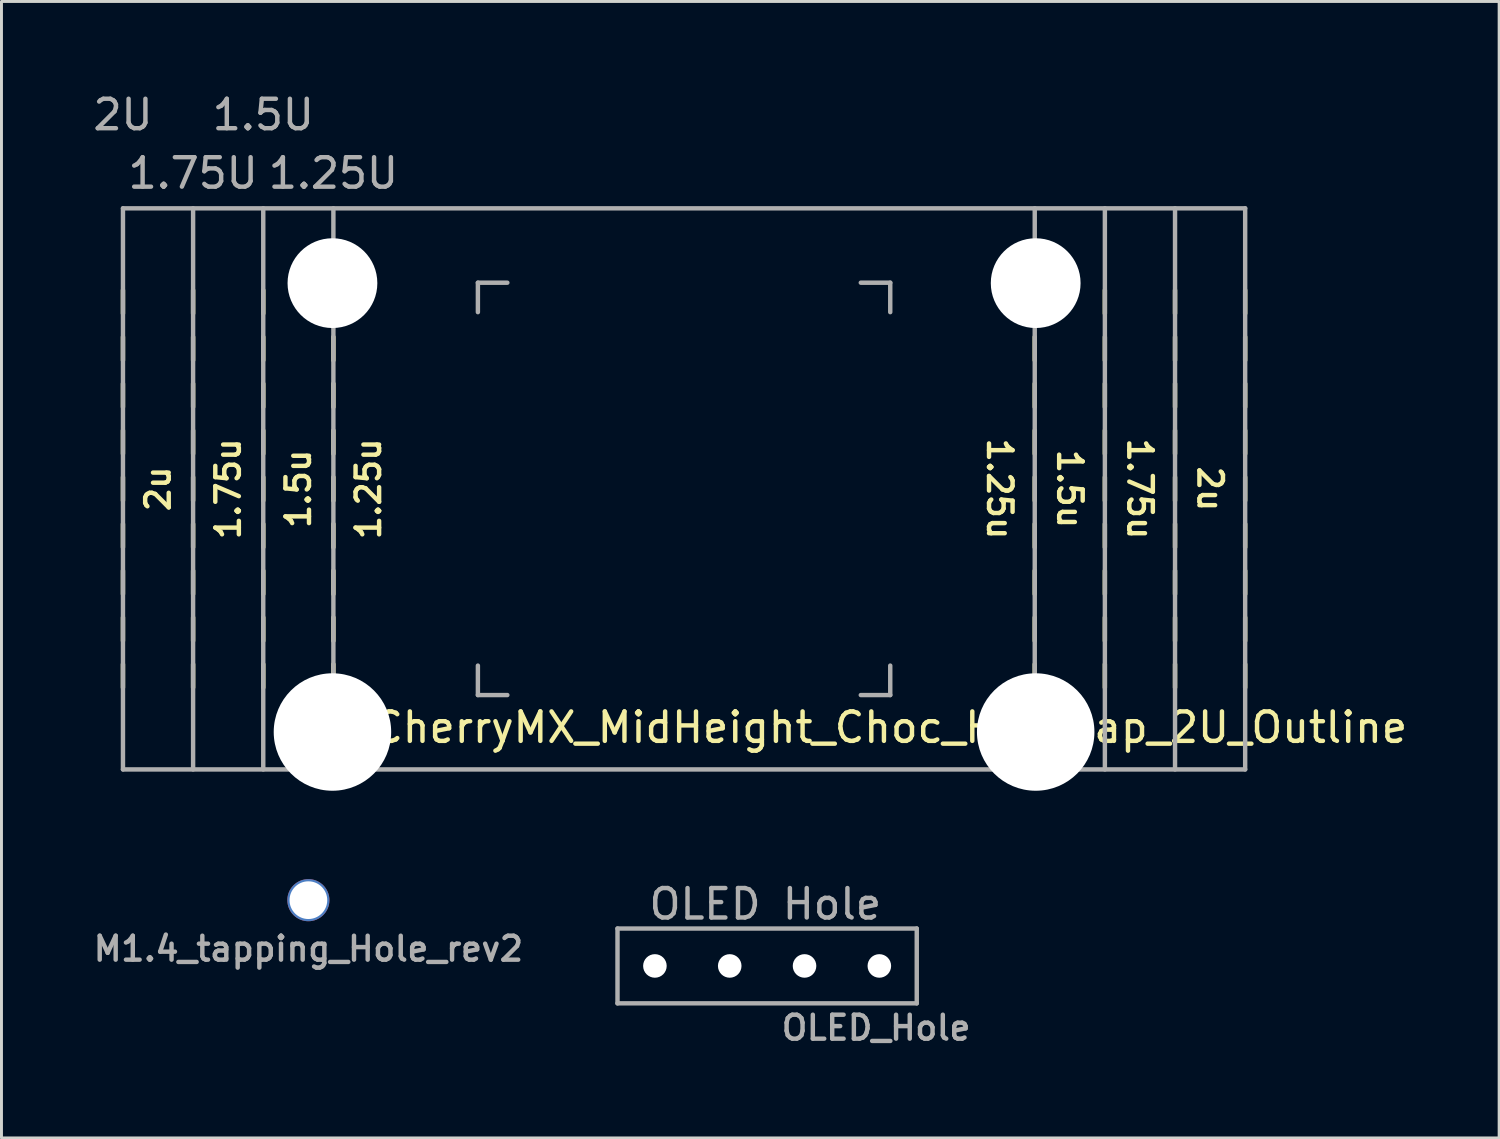
<source format=kicad_pcb>
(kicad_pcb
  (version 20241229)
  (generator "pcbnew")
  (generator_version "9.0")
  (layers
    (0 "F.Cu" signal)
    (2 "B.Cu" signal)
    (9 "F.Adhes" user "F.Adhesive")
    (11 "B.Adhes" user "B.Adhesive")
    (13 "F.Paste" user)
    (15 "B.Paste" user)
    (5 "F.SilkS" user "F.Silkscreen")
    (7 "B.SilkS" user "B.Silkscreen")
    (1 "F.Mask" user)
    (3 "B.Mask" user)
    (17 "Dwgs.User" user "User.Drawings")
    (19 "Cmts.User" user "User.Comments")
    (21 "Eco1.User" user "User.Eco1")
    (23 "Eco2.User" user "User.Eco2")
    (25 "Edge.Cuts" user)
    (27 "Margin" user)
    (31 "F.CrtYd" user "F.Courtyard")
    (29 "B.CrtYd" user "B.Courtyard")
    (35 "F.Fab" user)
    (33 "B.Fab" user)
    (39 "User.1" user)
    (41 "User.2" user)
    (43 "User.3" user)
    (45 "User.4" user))
  (footprint "CherryMX_MidHeight_Choc_Hotswap_2U_Outline"
    (layer "F.Cu")
    (at 20.175 13.548)
    (property "Reference" "CherryMX_MidHeight_Choc_Hotswap_2U_Outline" (at 7 8.1 0) (layer "F.SilkS") (effects (font (size 1 1) (thickness 0.15))))
    (attr through_hole)
    (fp_line (start -19.05 -5.953) (end -19.05 -6.747) (stroke (width 0.15) (type solid)) (layer "F.SilkS"))
    (fp_line (start -19.05 -4.366) (end -19.05 -5.159) (stroke (width 0.15) (type solid)) (layer "F.SilkS"))
    (fp_line (start -19.05 -2.778) (end -19.05 -3.572) (stroke (width 0.15) (type solid)) (layer "F.SilkS"))
    (fp_line (start -19.05 -1.191) (end -19.05 -1.984) (stroke (width 0.15) (type solid)) (layer "F.SilkS"))
    (fp_line (start -19.05 -0.397) (end -19.05 0.397) (stroke (width 0.15) (type solid)) (layer "F.SilkS"))
    (fp_line (start -19.05 1.191) (end -19.05 1.984) (stroke (width 0.15) (type solid)) (layer "F.SilkS"))
    (fp_line (start -19.05 2.778) (end -19.05 3.572) (stroke (width 0.15) (type solid)) (layer "F.SilkS"))
    (fp_line (start -19.05 4.366) (end -19.05 5.159) (stroke (width 0.15) (type solid)) (layer "F.SilkS"))
    (fp_line (start -19.05 5.953) (end -19.05 6.747) (stroke (width 0.15) (type solid)) (layer "F.SilkS"))
    (fp_line (start -16.669 -5.953) (end -16.669 -6.747) (stroke (width 0.15) (type solid)) (layer "F.SilkS"))
    (fp_line (start -16.669 -4.366) (end -16.669 -5.159) (stroke (width 0.15) (type solid)) (layer "F.SilkS"))
    (fp_line (start -16.669 -2.778) (end -16.669 -3.572) (stroke (width 0.15) (type solid)) (layer "F.SilkS"))
    (fp_line (start -16.669 -1.191) (end -16.669 -1.984) (stroke (width 0.15) (type solid)) (layer "F.SilkS"))
    (fp_line (start -16.669 -0.397) (end -16.669 0.397) (stroke (width 0.15) (type solid)) (layer "F.SilkS"))
    (fp_line (start -16.669 1.191) (end -16.669 1.984) (stroke (width 0.15) (type solid)) (layer "F.SilkS"))
    (fp_line (start -16.669 2.778) (end -16.669 3.572) (stroke (width 0.15) (type solid)) (layer "F.SilkS"))
    (fp_line (start -16.669 4.366) (end -16.669 5.159) (stroke (width 0.15) (type solid)) (layer "F.SilkS"))
    (fp_line (start -16.669 5.953) (end -16.669 6.747) (stroke (width 0.15) (type solid)) (layer "F.SilkS"))
    (fp_line (start -14.287 -5.953) (end -14.287 -6.747) (stroke (width 0.15) (type solid)) (layer "F.SilkS"))
    (fp_line (start -14.287 -4.366) (end -14.287 -5.159) (stroke (width 0.15) (type solid)) (layer "F.SilkS"))
    (fp_line (start -14.287 -2.778) (end -14.287 -3.572) (stroke (width 0.15) (type solid)) (layer "F.SilkS"))
    (fp_line (start -14.287 -1.191) (end -14.287 -1.984) (stroke (width 0.15) (type solid)) (layer "F.SilkS"))
    (fp_line (start -14.287 -0.397) (end -14.287 0.397) (stroke (width 0.15) (type solid)) (layer "F.SilkS"))
    (fp_line (start -14.287 1.191) (end -14.287 1.984) (stroke (width 0.15) (type solid)) (layer "F.SilkS"))
    (fp_line (start -14.287 2.778) (end -14.287 3.572) (stroke (width 0.15) (type solid)) (layer "F.SilkS"))
    (fp_line (start -14.287 4.366) (end -14.287 5.159) (stroke (width 0.15) (type solid)) (layer "F.SilkS"))
    (fp_line (start -14.287 5.953) (end -14.287 6.747) (stroke (width 0.15) (type solid)) (layer "F.SilkS"))
    (fp_line (start -11.906 -5.953) (end -11.906 -6.747) (stroke (width 0.15) (type solid)) (layer "F.SilkS"))
    (fp_line (start -11.906 -4.366) (end -11.906 -5.159) (stroke (width 0.15) (type solid)) (layer "F.SilkS"))
    (fp_line (start -11.906 -2.778) (end -11.906 -3.572) (stroke (width 0.15) (type solid)) (layer "F.SilkS"))
    (fp_line (start -11.906 -1.191) (end -11.906 -1.984) (stroke (width 0.15) (type solid)) (layer "F.SilkS"))
    (fp_line (start -11.906 -0.397) (end -11.906 0.397) (stroke (width 0.15) (type solid)) (layer "F.SilkS"))
    (fp_line (start -11.906 1.191) (end -11.906 1.984) (stroke (width 0.15) (type solid)) (layer "F.SilkS"))
    (fp_line (start -11.906 2.778) (end -11.906 3.572) (stroke (width 0.15) (type solid)) (layer "F.SilkS"))
    (fp_line (start -11.906 4.366) (end -11.906 5.159) (stroke (width 0.15) (type solid)) (layer "F.SilkS"))
    (fp_line (start -11.906 5.953) (end -11.906 6.747) (stroke (width 0.15) (type solid)) (layer "F.SilkS"))
    (fp_line (start 11.906 -5.953) (end 11.906 -6.747) (stroke (width 0.15) (type solid)) (layer "F.SilkS"))
    (fp_line (start 11.906 -4.366) (end 11.906 -5.159) (stroke (width 0.15) (type solid)) (layer "F.SilkS"))
    (fp_line (start 11.906 -2.778) (end 11.906 -3.572) (stroke (width 0.15) (type solid)) (layer "F.SilkS"))
    (fp_line (start 11.906 -1.191) (end 11.906 -1.984) (stroke (width 0.15) (type solid)) (layer "F.SilkS"))
    (fp_line (start 11.906 -0.397) (end 11.906 0.397) (stroke (width 0.15) (type solid)) (layer "F.SilkS"))
    (fp_line (start 11.906 1.191) (end 11.906 1.984) (stroke (width 0.15) (type solid)) (layer "F.SilkS"))
    (fp_line (start 11.906 2.778) (end 11.906 3.572) (stroke (width 0.15) (type solid)) (layer "F.SilkS"))
    (fp_line (start 11.906 4.366) (end 11.906 5.159) (stroke (width 0.15) (type solid)) (layer "F.SilkS"))
    (fp_line (start 11.906 5.953) (end 11.906 6.747) (stroke (width 0.15) (type solid)) (layer "F.SilkS"))
    (fp_line (start 14.287 -5.953) (end 14.287 -6.747) (stroke (width 0.15) (type solid)) (layer "F.SilkS"))
    (fp_line (start 14.287 -4.366) (end 14.287 -5.159) (stroke (width 0.15) (type solid)) (layer "F.SilkS"))
    (fp_line (start 14.287 -2.778) (end 14.287 -3.572) (stroke (width 0.15) (type solid)) (layer "F.SilkS"))
    (fp_line (start 14.287 -1.191) (end 14.287 -1.984) (stroke (width 0.15) (type solid)) (layer "F.SilkS"))
    (fp_line (start 14.287 -0.397) (end 14.287 0.397) (stroke (width 0.15) (type solid)) (layer "F.SilkS"))
    (fp_line (start 14.287 1.191) (end 14.287 1.984) (stroke (width 0.15) (type solid)) (layer "F.SilkS"))
    (fp_line (start 14.287 2.778) (end 14.287 3.572) (stroke (width 0.15) (type solid)) (layer "F.SilkS"))
    (fp_line (start 14.287 4.366) (end 14.287 5.159) (stroke (width 0.15) (type solid)) (layer "F.SilkS"))
    (fp_line (start 14.287 5.953) (end 14.287 6.747) (stroke (width 0.15) (type solid)) (layer "F.SilkS"))
    (fp_line (start 16.669 -5.953) (end 16.669 -6.747) (stroke (width 0.15) (type solid)) (layer "F.SilkS"))
    (fp_line (start 16.669 -4.366) (end 16.669 -5.159) (stroke (width 0.15) (type solid)) (layer "F.SilkS"))
    (fp_line (start 16.669 -2.778) (end 16.669 -3.572) (stroke (width 0.15) (type solid)) (layer "F.SilkS"))
    (fp_line (start 16.669 -1.191) (end 16.669 -1.984) (stroke (width 0.15) (type solid)) (layer "F.SilkS"))
    (fp_line (start 16.669 -0.397) (end 16.669 0.397) (stroke (width 0.15) (type solid)) (layer "F.SilkS"))
    (fp_line (start 16.669 1.191) (end 16.669 1.984) (stroke (width 0.15) (type solid)) (layer "F.SilkS"))
    (fp_line (start 16.669 2.778) (end 16.669 3.572) (stroke (width 0.15) (type solid)) (layer "F.SilkS"))
    (fp_line (start 16.669 4.366) (end 16.669 5.159) (stroke (width 0.15) (type solid)) (layer "F.SilkS"))
    (fp_line (start 16.669 5.953) (end 16.669 6.747) (stroke (width 0.15) (type solid)) (layer "F.SilkS"))
    (fp_line (start 19.05 -5.953) (end 19.05 -6.747) (stroke (width 0.15) (type solid)) (layer "F.SilkS"))
    (fp_line (start 19.05 -4.366) (end 19.05 -5.159) (stroke (width 0.15) (type solid)) (layer "F.SilkS"))
    (fp_line (start 19.05 -2.778) (end 19.05 -3.572) (stroke (width 0.15) (type solid)) (layer "F.SilkS"))
    (fp_line (start 19.05 -1.191) (end 19.05 -1.984) (stroke (width 0.15) (type solid)) (layer "F.SilkS"))
    (fp_line (start 19.05 -0.397) (end 19.05 0.397) (stroke (width 0.15) (type solid)) (layer "F.SilkS"))
    (fp_line (start 19.05 1.191) (end 19.05 1.984) (stroke (width 0.15) (type solid)) (layer "F.SilkS"))
    (fp_line (start 19.05 2.778) (end 19.05 3.572) (stroke (width 0.15) (type solid)) (layer "F.SilkS"))
    (fp_line (start 19.05 4.366) (end 19.05 5.159) (stroke (width 0.15) (type solid)) (layer "F.SilkS"))
    (fp_line (start 19.05 5.953) (end 19.05 6.747) (stroke (width 0.15) (type solid)) (layer "F.SilkS"))
    (fp_line (start -19.05 -9.525) (end -19.05 9.525) (stroke (width 0.15) (type solid)) (layer "F.Fab"))
    (fp_line (start -19.05 -9.525) (end 19.05 -9.525) (stroke (width 0.15) (type solid)) (layer "F.Fab"))
    (fp_line (start -19.05 9.525) (end 19.05 9.525) (stroke (width 0.15) (type solid)) (layer "F.Fab"))
    (fp_line (start -16.669 -9.525) (end -16.669 9.525) (stroke (width 0.15) (type solid)) (layer "F.Fab"))
    (fp_line (start -14.287 -9.525) (end -14.287 9.525) (stroke (width 0.15) (type solid)) (layer "F.Fab"))
    (fp_line (start -11.906 -9.525) (end -11.906 9.525) (stroke (width 0.15) (type solid)) (layer "F.Fab"))
    (fp_line (start -7 -7) (end -7 -6) (stroke (width 0.15) (type solid)) (layer "F.Fab"))
    (fp_line (start -7 6) (end -7 7) (stroke (width 0.15) (type solid)) (layer "F.Fab"))
    (fp_line (start -7 7) (end -6 7) (stroke (width 0.15) (type solid)) (layer "F.Fab"))
    (fp_line (start -6 -7) (end -7 -7) (stroke (width 0.15) (type solid)) (layer "F.Fab"))
    (fp_line (start 6 -7) (end 7 -7) (stroke (width 0.15) (type solid)) (layer "F.Fab"))
    (fp_line (start 6 7) (end 7 7) (stroke (width 0.15) (type solid)) (layer "F.Fab"))
    (fp_line (start 7 -7) (end 7 -6) (stroke (width 0.15) (type solid)) (layer "F.Fab"))
    (fp_line (start 7 7) (end 7 6) (stroke (width 0.15) (type solid)) (layer "F.Fab"))
    (fp_line (start 11.906 -9.525) (end 11.906 9.525) (stroke (width 0.15) (type solid)) (layer "F.Fab"))
    (fp_line (start 14.287 -9.525) (end 14.287 9.525) (stroke (width 0.15) (type solid)) (layer "F.Fab"))
    (fp_line (start 16.669 -9.525) (end 16.669 9.525) (stroke (width 0.15) (type solid)) (layer "F.Fab"))
    (fp_line (start 19.05 -9.525) (end 19.05 9.525) (stroke (width 0.15) (type solid)) (layer "F.Fab"))
    (fp_text user "2u" (at 17.859 0 270) (unlocked yes) (layer "F.SilkS") (effects (font (size 0.8 0.8) (thickness 0.15))))
    (fp_text user "1.25u" (at 10.716 0 270) (unlocked yes) (layer "F.SilkS") (effects (font (size 0.8 0.8) (thickness 0.15))))
    (fp_text user "1.5u" (at -13.097 0 90) (unlocked yes) (layer "F.SilkS") (effects (font (size 0.8 0.8) (thickness 0.15))))
    (fp_text user "1.5u" (at 13.097 0 270) (unlocked yes) (layer "F.SilkS") (effects (font (size 0.8 0.8) (thickness 0.15))))
    (fp_text user "1.75u" (at 15.478 0 270) (unlocked yes) (layer "F.SilkS") (effects (font (size 0.8 0.8) (thickness 0.15))))
    (fp_text user "1.75u" (at -15.478 0 90) (unlocked yes) (layer "F.SilkS") (effects (font (size 0.8 0.8) (thickness 0.15))))
    (fp_text user "2u" (at -17.859 0 90) (unlocked yes) (layer "F.SilkS") (effects (font (size 0.8 0.8) (thickness 0.15))))
    (fp_text user "1.25u" (at -10.716 0 90) (unlocked yes) (layer "F.SilkS") (effects (font (size 0.8 0.8) (thickness 0.15))))
    (fp_text user "1.5U" (at -14.287 -12.7 0) (layer "F.Fab") (effects (font (size 1 1) (thickness 0.15))))
    (fp_text user "2U" (at -19.05 -12.7 0) (layer "F.Fab") (effects (font (size 1 1) (thickness 0.15))))
    (fp_text user "1.25U" (at -11.906 -10.716 0) (layer "F.Fab") (effects (font (size 1 1) (thickness 0.15))))
    (fp_text user "1.75U" (at -16.669 -10.716 0) (layer "F.Fab") (effects (font (size 1 1) (thickness 0.15))))
    (pad "" np_thru_hole circle (at -11.938 -6.985) (size 3.048 3.048) (drill 3.048) (layers "*.Cu" "*.Mask"))
    (pad "" np_thru_hole circle (at -11.938 8.255) (size 3.988 3.988) (drill 3.988) (layers "*.Cu" "*.Mask"))
    (pad "" np_thru_hole circle (at 11.938 -6.985) (size 3.048 3.048) (drill 3.048) (layers "*.Cu" "*.Mask"))
    (pad "" np_thru_hole circle (at 11.938 8.255) (size 3.988 3.988) (drill 3.988) (layers "*.Cu" "*.Mask")))
  (footprint "OLED_Hole"
    (layer "F.Cu")
    (at 22.995 29.745)
    (property "Reference" "OLED_Hole" (at 3.7 2.1 180) (layer "F.Fab") (effects (font (size 0.813 0.813) (thickness 0.15))))
    (attr through_hole)
    (fp_line (start -5.08 -1.27) (end 5.08 -1.27) (stroke (width 0.15) (type solid)) (layer "F.Fab"))
    (fp_line (start -5.08 1.27) (end -5.08 -1.27) (stroke (width 0.15) (type solid)) (layer "F.Fab"))
    (fp_line (start -5.08 1.27) (end 5.08 1.27) (stroke (width 0.15) (type solid)) (layer "F.Fab"))
    (fp_line (start 5.08 -1.27) (end 5.08 1.27) (stroke (width 0.15) (type solid)) (layer "F.Fab"))
    (fp_text user "OLED Hole" (at -0.06 -2.1 0) (layer "F.Fab") (effects (font (size 1 1) (thickness 0.15))))
    (pad "" np_thru_hole circle (at -3.81 0) (size 0.8 0.8) (drill 0.8) (layers "*.Cu" "*.Mask"))
    (pad "" np_thru_hole circle (at -1.27 0) (size 0.8 0.8) (drill 0.8) (layers "*.Cu" "*.Mask"))
    (pad "" np_thru_hole circle (at 1.27 0) (size 0.8 0.8) (drill 0.8) (layers "*.Cu" "*.Mask"))
    (pad "" np_thru_hole circle (at 3.81 0) (size 0.8 0.8) (drill 0.8) (layers "*.Cu" "*.Mask")))
  (footprint "M1.4_tapping_Hole_rev2"
    (layer "F.Cu")
    (at 7.42 27.512)
    (property "Reference" "M1.4_tapping_Hole_rev2" (at 0 1.651 0) (layer "F.Fab") (effects (font (size 0.813 0.813) (thickness 0.15))))
    (attr through_hole)
    (pad "" thru_hole circle (at 0 0) (size 1.43 1.43) (drill 1.28) (layers "*.Cu" "*.Mask")))
  (gr_rect
    (start -3 -3)
    (end 47.848 35.584)
    (stroke (width 0.1) (type default))
    (fill no)
    (layer "Edge.Cuts")))
</source>
